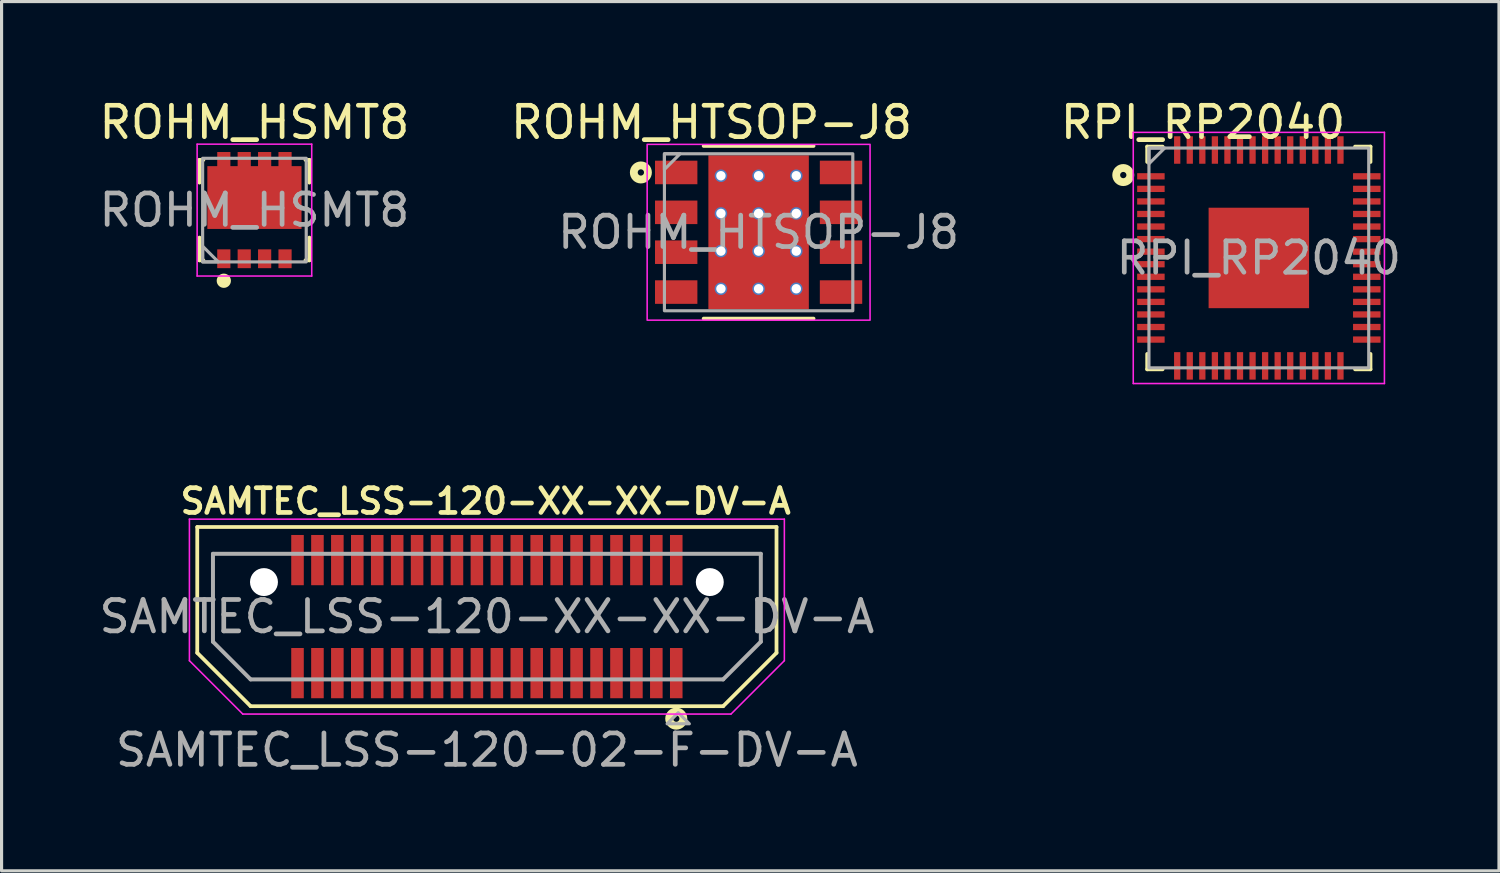
<source format=kicad_pcb>
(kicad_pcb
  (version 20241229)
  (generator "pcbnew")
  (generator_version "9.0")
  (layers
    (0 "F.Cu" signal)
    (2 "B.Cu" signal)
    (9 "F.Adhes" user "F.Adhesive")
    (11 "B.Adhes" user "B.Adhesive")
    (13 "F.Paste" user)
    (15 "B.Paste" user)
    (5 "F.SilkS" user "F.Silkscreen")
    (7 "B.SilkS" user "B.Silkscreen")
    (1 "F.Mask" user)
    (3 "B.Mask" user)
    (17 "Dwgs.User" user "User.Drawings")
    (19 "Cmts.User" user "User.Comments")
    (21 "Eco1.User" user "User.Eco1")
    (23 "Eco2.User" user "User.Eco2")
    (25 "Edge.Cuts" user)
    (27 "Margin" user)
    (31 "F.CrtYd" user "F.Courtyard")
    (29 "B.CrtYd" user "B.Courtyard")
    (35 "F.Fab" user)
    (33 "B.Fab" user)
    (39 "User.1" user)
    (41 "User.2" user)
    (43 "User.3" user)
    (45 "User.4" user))
  (footprint "SAMTEC_LSS-120-XX-XX-DV-A"
    (layer "F.Cu")
    (at 12.458 16.59)
    (property "Reference" "SAMTEC_LSS-120-XX-XX-DV-A" (at -0.04 -3.675 0) (layer "F.SilkS") (effects (font (size 0.787 0.787) (thickness 0.15))))
    (attr smd)
    (fp_line (start -9.225 -2.854) (end 9.225 -2.854) (stroke (width 0.12) (type solid)) (layer "F.SilkS"))
    (fp_line (start -9.225 1.154) (end -9.225 -2.854) (stroke (width 0.12) (type solid)) (layer "F.SilkS"))
    (fp_line (start -7.525 2.854) (end -9.225 1.154) (stroke (width 0.12) (type solid)) (layer "F.SilkS"))
    (fp_line (start 7.525 2.854) (end -7.525 2.854) (stroke (width 0.12) (type solid)) (layer "F.SilkS"))
    (fp_line (start 9.225 -2.854) (end 9.225 1.154) (stroke (width 0.12) (type solid)) (layer "F.SilkS"))
    (fp_line (start 9.225 1.154) (end 7.525 2.854) (stroke (width 0.12) (type solid)) (layer "F.SilkS"))
    (fp_circle (center 6.032 3.25) (end 6.133 3.25) (stroke (width 0.25) (type solid)) (fill no) (layer "F.SilkS"))
    (fp_line (start -9.475 -3.104) (end 9.475 -3.104) (stroke (width 0.05) (type solid)) (layer "F.CrtYd"))
    (fp_line (start -9.475 1.404) (end -9.475 -3.104) (stroke (width 0.05) (type solid)) (layer "F.CrtYd"))
    (fp_line (start -7.775 3.104) (end -9.475 1.404) (stroke (width 0.05) (type solid)) (layer "F.CrtYd"))
    (fp_line (start 7.775 3.104) (end -7.775 3.104) (stroke (width 0.05) (type solid)) (layer "F.CrtYd"))
    (fp_line (start 7.775 3.104) (end 9.475 1.404) (stroke (width 0.05) (type solid)) (layer "F.CrtYd"))
    (fp_line (start 9.475 1.404) (end 9.475 -3.104) (stroke (width 0.05) (type solid)) (layer "F.CrtYd"))
    (fp_line (start -8.725 -2) (end 8.725 -2) (stroke (width 0.127) (type solid)) (layer "F.Fab"))
    (fp_line (start -8.725 0.8) (end -8.725 -2) (stroke (width 0.127) (type solid)) (layer "F.Fab"))
    (fp_line (start -7.525 2) (end -8.725 0.8) (stroke (width 0.127) (type solid)) (layer "F.Fab"))
    (fp_line (start 7.525 2) (end -7.525 2) (stroke (width 0.127) (type solid)) (layer "F.Fab"))
    (fp_line (start 8.725 -2) (end 8.725 0.8) (stroke (width 0.127) (type solid)) (layer "F.Fab"))
    (fp_line (start 8.725 0.8) (end 7.525 2) (stroke (width 0.127) (type solid)) (layer "F.Fab"))
    (fp_poly (pts (xy 5.741 3.414) (xy 6.095 3.06) (xy 6.449 3.414)) (stroke (width 0.1) (type solid)) (fill no) (layer "F.Fab"))
    (fp_text user "${REFERENCE}" (at 0 0 0) (unlocked yes) (layer "F.Fab") (effects (font (size 1 1) (thickness 0.15))))
    (fp_text user "SAMTEC_LSS-120-02-F-DV-A" (at 0 4.25 0) (unlocked yes) (layer "F.Fab") (effects (font (size 1 1) (thickness 0.15))))
    (pad "" np_thru_hole circle (at -7.1 -1.1) (size 0.89 0.89) (drill 0.89) (layers "*.Cu" "*.Mask"))
    (pad "" np_thru_hole circle (at 7.1 -1.1) (size 0.89 0.89) (drill 0.89) (layers "*.Cu" "*.Mask"))
    (pad "1" smd rect (at 6.032 1.8) (size 0.4 1.6) (layers "F.Cu" "F.Mask" "F.Paste"))
    (pad "2" smd rect (at 6.032 -1.8) (size 0.4 1.6) (layers "F.Cu" "F.Mask" "F.Paste"))
    (pad "3" smd rect (at 5.397 1.8) (size 0.4 1.6) (layers "F.Cu" "F.Mask" "F.Paste"))
    (pad "4" smd rect (at 5.397 -1.8) (size 0.4 1.6) (layers "F.Cu" "F.Mask" "F.Paste"))
    (pad "5" smd rect (at 4.763 1.8) (size 0.4 1.6) (layers "F.Cu" "F.Mask" "F.Paste"))
    (pad "6" smd rect (at 4.763 -1.8) (size 0.4 1.6) (layers "F.Cu" "F.Mask" "F.Paste"))
    (pad "7" smd rect (at 4.128 1.8) (size 0.4 1.6) (layers "F.Cu" "F.Mask" "F.Paste"))
    (pad "8" smd rect (at 4.128 -1.8) (size 0.4 1.6) (layers "F.Cu" "F.Mask" "F.Paste"))
    (pad "9" smd rect (at 3.493 1.8) (size 0.4 1.6) (layers "F.Cu" "F.Mask" "F.Paste"))
    (pad "10" smd rect (at 3.493 -1.8) (size 0.4 1.6) (layers "F.Cu" "F.Mask" "F.Paste"))
    (pad "11" smd rect (at 2.857 1.8) (size 0.4 1.6) (layers "F.Cu" "F.Mask" "F.Paste"))
    (pad "12" smd rect (at 2.857 -1.8) (size 0.4 1.6) (layers "F.Cu" "F.Mask" "F.Paste"))
    (pad "13" smd rect (at 2.223 1.8) (size 0.4 1.6) (layers "F.Cu" "F.Mask" "F.Paste"))
    (pad "14" smd rect (at 2.223 -1.8) (size 0.4 1.6) (layers "F.Cu" "F.Mask" "F.Paste"))
    (pad "15" smd rect (at 1.587 1.8) (size 0.4 1.6) (layers "F.Cu" "F.Mask" "F.Paste"))
    (pad "16" smd rect (at 1.587 -1.8) (size 0.4 1.6) (layers "F.Cu" "F.Mask" "F.Paste"))
    (pad "17" smd rect (at 0.953 1.8) (size 0.4 1.6) (layers "F.Cu" "F.Mask" "F.Paste"))
    (pad "18" smd rect (at 0.953 -1.8) (size 0.4 1.6) (layers "F.Cu" "F.Mask" "F.Paste"))
    (pad "19" smd rect (at 0.318 1.8) (size 0.4 1.6) (layers "F.Cu" "F.Mask" "F.Paste"))
    (pad "20" smd rect (at 0.318 -1.8) (size 0.4 1.6) (layers "F.Cu" "F.Mask" "F.Paste"))
    (pad "21" smd rect (at -0.318 1.8) (size 0.4 1.6) (layers "F.Cu" "F.Mask" "F.Paste"))
    (pad "22" smd rect (at -0.318 -1.8) (size 0.4 1.6) (layers "F.Cu" "F.Mask" "F.Paste"))
    (pad "23" smd rect (at -0.953 1.8) (size 0.4 1.6) (layers "F.Cu" "F.Mask" "F.Paste"))
    (pad "24" smd rect (at -0.953 -1.8) (size 0.4 1.6) (layers "F.Cu" "F.Mask" "F.Paste"))
    (pad "25" smd rect (at -1.587 1.8) (size 0.4 1.6) (layers "F.Cu" "F.Mask" "F.Paste"))
    (pad "26" smd rect (at -1.587 -1.8) (size 0.4 1.6) (layers "F.Cu" "F.Mask" "F.Paste"))
    (pad "27" smd rect (at -2.223 1.8) (size 0.4 1.6) (layers "F.Cu" "F.Mask" "F.Paste"))
    (pad "28" smd rect (at -2.223 -1.8) (size 0.4 1.6) (layers "F.Cu" "F.Mask" "F.Paste"))
    (pad "29" smd rect (at -2.857 1.8) (size 0.4 1.6) (layers "F.Cu" "F.Mask" "F.Paste"))
    (pad "30" smd rect (at -2.857 -1.8) (size 0.4 1.6) (layers "F.Cu" "F.Mask" "F.Paste"))
    (pad "31" smd rect (at -3.493 1.8) (size 0.4 1.6) (layers "F.Cu" "F.Mask" "F.Paste"))
    (pad "32" smd rect (at -3.493 -1.8) (size 0.4 1.6) (layers "F.Cu" "F.Mask" "F.Paste"))
    (pad "33" smd rect (at -4.128 1.8) (size 0.4 1.6) (layers "F.Cu" "F.Mask" "F.Paste"))
    (pad "34" smd rect (at -4.128 -1.8) (size 0.4 1.6) (layers "F.Cu" "F.Mask" "F.Paste"))
    (pad "35" smd rect (at -4.763 1.8) (size 0.4 1.6) (layers "F.Cu" "F.Mask" "F.Paste"))
    (pad "36" smd rect (at -4.763 -1.8) (size 0.4 1.6) (layers "F.Cu" "F.Mask" "F.Paste"))
    (pad "37" smd rect (at -5.397 1.8) (size 0.4 1.6) (layers "F.Cu" "F.Mask" "F.Paste"))
    (pad "38" smd rect (at -5.397 -1.8) (size 0.4 1.6) (layers "F.Cu" "F.Mask" "F.Paste"))
    (pad "39" smd rect (at -6.032 1.8) (size 0.4 1.6) (layers "F.Cu" "F.Mask" "F.Paste"))
    (pad "40" smd rect (at -6.032 -1.8) (size 0.4 1.6) (layers "F.Cu" "F.Mask" "F.Paste")))
  (footprint "ROHM_HSMT8"
    (layer "F.Cu")
    (at 5.054 3.642)
    (property "Reference" "ROHM_HSMT8" (at 0 -2.794 0) (unlocked yes) (layer "F.SilkS") (effects (font (size 1 1) (thickness 0.15))))
    (attr smd)
    (fp_line (start -1.75 -1.6) (end -1.75 -0.875) (stroke (width 0.12) (type solid)) (layer "F.SilkS"))
    (fp_line (start -1.75 1.6) (end -1.75 0.875) (stroke (width 0.12) (type solid)) (layer "F.SilkS"))
    (fp_line (start -1.625 -1.6) (end -1.75 -1.6) (stroke (width 0.12) (type solid)) (layer "F.SilkS"))
    (fp_line (start -1.625 1.6) (end -1.75 1.6) (stroke (width 0.12) (type solid)) (layer "F.SilkS"))
    (fp_line (start 1.625 -1.6) (end 1.75 -1.6) (stroke (width 0.12) (type solid)) (layer "F.SilkS"))
    (fp_line (start 1.625 1.6) (end 1.75 1.6) (stroke (width 0.12) (type solid)) (layer "F.SilkS"))
    (fp_line (start 1.75 -1.6) (end 1.75 -0.875) (stroke (width 0.12) (type solid)) (layer "F.SilkS"))
    (fp_line (start 1.75 1.6) (end 1.75 0.875) (stroke (width 0.12) (type solid)) (layer "F.SilkS"))
    (fp_circle (center -0.975 2.25) (end -0.875 2.25) (stroke (width 0.254) (type solid)) (fill yes) (layer "F.SilkS"))
    (fp_line (start -1.825 -2.1) (end 1.825 -2.1) (stroke (width 0.05) (type solid)) (layer "F.CrtYd"))
    (fp_line (start -1.825 2.1) (end -1.825 -2.1) (stroke (width 0.05) (type solid)) (layer "F.CrtYd"))
    (fp_line (start -1.825 2.1) (end 1.825 2.1) (stroke (width 0.05) (type solid)) (layer "F.CrtYd"))
    (fp_line (start 1.825 2.1) (end 1.825 -2.1) (stroke (width 0.05) (type solid)) (layer "F.CrtYd"))
    (fp_rect (start -1.65 -1.65) (end 1.65 1.65) (stroke (width 0.1) (type solid)) (fill no) (layer "F.Fab"))
    (fp_poly (pts (xy -1.15 1.65) (xy -1.65 1.65) (xy -1.65 1.15)) (stroke (width 0.1) (type solid)) (fill no) (layer "F.Fab"))
    (fp_text user "${REFERENCE}" (at 0 0 0) (unlocked yes) (layer "F.Fab") (effects (font (size 1 1) (thickness 0.15))))
    (pad "1" smd rect (at -0.975 1.55) (size 0.42 0.6) (layers "F.Cu" "F.Mask" "F.Paste"))
    (pad "2" smd rect (at -0.325 1.55) (size 0.42 0.6) (layers "F.Cu" "F.Mask" "F.Paste"))
    (pad "3" smd rect (at 0.325 1.55) (size 0.42 0.6) (layers "F.Cu" "F.Mask" "F.Paste"))
    (pad "4" smd rect (at 0.975 1.55) (size 0.42 0.6) (layers "F.Cu" "F.Mask" "F.Paste"))
    (pad "5" smd rect (at 0.975 -1.55) (size 0.42 0.6) (layers "F.Cu" "F.Mask" "F.Paste"))
    (pad "6" smd rect (at 0.325 -1.55) (size 0.42 0.6) (layers "F.Cu" "F.Mask" "F.Paste"))
    (pad "7" smd rect (at -0.325 -1.55) (size 0.42 0.6) (layers "F.Cu" "F.Mask" "F.Paste"))
    (pad "8" smd rect (at -0.975 -1.55) (size 0.42 0.6) (layers "F.Cu" "F.Mask" "F.Paste"))
    (pad "PAD" smd rect (at 0 -0.4) (size 3 2) (layers "F.Cu" "F.Mask" "F.Paste")))
  (footprint "RPI_RP2040"
    (layer "F.Cu")
    (at 37.046 5.166)
    (property "Reference" "RPI_RP2040" (at -1.778 -4.318 0) (unlocked yes) (layer "F.SilkS") (effects (font (size 1 1) (thickness 0.15))))
    (attr smd)
    (fp_line (start -3.556 -3.547) (end -3.556 -3.057) (stroke (width 0.12) (type solid)) (layer "F.SilkS"))
    (fp_line (start -3.556 3.547) (end -3.556 3.057) (stroke (width 0.12) (type solid)) (layer "F.SilkS"))
    (fp_line (start -3.065 -3.547) (end -3.556 -3.547) (stroke (width 0.12) (type solid)) (layer "F.SilkS"))
    (fp_line (start -3.065 3.547) (end -3.556 3.547) (stroke (width 0.12) (type solid)) (layer "F.SilkS"))
    (fp_line (start 3.065 -3.547) (end 3.556 -3.547) (stroke (width 0.12) (type solid)) (layer "F.SilkS"))
    (fp_line (start 3.065 3.547) (end 3.556 3.547) (stroke (width 0.12) (type solid)) (layer "F.SilkS"))
    (fp_line (start 3.556 -3.547) (end 3.556 -3.057) (stroke (width 0.12) (type solid)) (layer "F.SilkS"))
    (fp_line (start 3.556 3.547) (end 3.556 3.057) (stroke (width 0.12) (type solid)) (layer "F.SilkS"))
    (fp_circle (center -4.318 -2.64) (end -4.218 -2.64) (stroke (width 0.25) (type solid)) (fill no) (layer "F.SilkS"))
    (fp_rect (start -1.27 -1.27) (end -0.254 -0.254) (stroke (width 0.12) (type solid)) (fill yes) (layer "F.Paste"))
    (fp_rect (start -1.27 0.254) (end -0.254 1.27) (stroke (width 0.12) (type solid)) (fill yes) (layer "F.Paste"))
    (fp_rect (start 0.254 -1.27) (end 1.27 -0.254) (stroke (width 0.12) (type solid)) (fill yes) (layer "F.Paste"))
    (fp_rect (start 0.254 0.254) (end 1.27 1.27) (stroke (width 0.12) (type solid)) (fill yes) (layer "F.Paste"))
    (fp_line (start -4 4) (end -4 -4) (stroke (width 0.05) (type solid)) (layer "F.CrtYd"))
    (fp_line (start 4 -4) (end -4 -4) (stroke (width 0.05) (type solid)) (layer "F.CrtYd"))
    (fp_line (start 4 4) (end -4 4) (stroke (width 0.05) (type solid)) (layer "F.CrtYd"))
    (fp_line (start 4 4) (end 4 -4) (stroke (width 0.05) (type solid)) (layer "F.CrtYd"))
    (fp_rect (start 3.5 3.5) (end -3.5 -3.5) (stroke (width 0.1) (type default)) (fill no) (layer "F.Fab"))
    (fp_poly (pts (xy -3.5 -3) (xy -3.5 -3.5) (xy -3 -3.5)) (stroke (width 0.1) (type solid)) (fill no) (layer "F.Fab"))
    (fp_text user "${REFERENCE}" (at 0 0 0) (unlocked yes) (layer "F.Fab") (effects (font (size 1 1) (thickness 0.15))))
    (pad "1" smd rect (at -3.438 -2.6 90) (size 0.2 0.875) (layers "F.Cu" "F.Mask" "F.Paste"))
    (pad "2" smd rect (at -3.438 -2.2 90) (size 0.2 0.875) (layers "F.Cu" "F.Mask" "F.Paste"))
    (pad "3" smd rect (at -3.438 -1.8 90) (size 0.2 0.875) (layers "F.Cu" "F.Mask" "F.Paste"))
    (pad "4" smd rect (at -3.438 -1.4 90) (size 0.2 0.875) (layers "F.Cu" "F.Mask" "F.Paste"))
    (pad "5" smd rect (at -3.438 -1 90) (size 0.2 0.875) (layers "F.Cu" "F.Mask" "F.Paste"))
    (pad "6" smd rect (at -3.438 -0.6 90) (size 0.2 0.875) (layers "F.Cu" "F.Mask" "F.Paste"))
    (pad "7" smd rect (at -3.438 -0.2 90) (size 0.2 0.875) (layers "F.Cu" "F.Mask" "F.Paste"))
    (pad "8" smd rect (at -3.438 0.2 90) (size 0.2 0.875) (layers "F.Cu" "F.Mask" "F.Paste"))
    (pad "9" smd rect (at -3.438 0.6 90) (size 0.2 0.875) (layers "F.Cu" "F.Mask" "F.Paste"))
    (pad "10" smd rect (at -3.438 1 90) (size 0.2 0.875) (layers "F.Cu" "F.Mask" "F.Paste"))
    (pad "11" smd rect (at -3.438 1.4 90) (size 0.2 0.875) (layers "F.Cu" "F.Mask" "F.Paste"))
    (pad "12" smd rect (at -3.438 1.8 90) (size 0.2 0.875) (layers "F.Cu" "F.Mask" "F.Paste"))
    (pad "13" smd rect (at -3.438 2.2 90) (size 0.2 0.875) (layers "F.Cu" "F.Mask" "F.Paste"))
    (pad "14" smd rect (at -3.438 2.6 90) (size 0.2 0.875) (layers "F.Cu" "F.Mask" "F.Paste"))
    (pad "15" smd rect (at -2.6 3.438) (size 0.2 0.875) (layers "F.Cu" "F.Mask" "F.Paste"))
    (pad "16" smd rect (at -2.2 3.438) (size 0.2 0.875) (layers "F.Cu" "F.Mask" "F.Paste"))
    (pad "17" smd rect (at -1.8 3.438) (size 0.2 0.875) (layers "F.Cu" "F.Mask" "F.Paste"))
    (pad "18" smd rect (at -1.4 3.438) (size 0.2 0.875) (layers "F.Cu" "F.Mask" "F.Paste"))
    (pad "19" smd rect (at -1 3.438) (size 0.2 0.875) (layers "F.Cu" "F.Mask" "F.Paste"))
    (pad "20" smd rect (at -0.6 3.438) (size 0.2 0.875) (layers "F.Cu" "F.Mask" "F.Paste"))
    (pad "21" smd rect (at -0.2 3.438) (size 0.2 0.875) (layers "F.Cu" "F.Mask" "F.Paste"))
    (pad "22" smd rect (at 0.2 3.438) (size 0.2 0.875) (layers "F.Cu" "F.Mask" "F.Paste"))
    (pad "23" smd rect (at 0.6 3.438) (size 0.2 0.875) (layers "F.Cu" "F.Mask" "F.Paste"))
    (pad "24" smd rect (at 1 3.438) (size 0.2 0.875) (layers "F.Cu" "F.Mask" "F.Paste"))
    (pad "25" smd rect (at 1.4 3.438) (size 0.2 0.875) (layers "F.Cu" "F.Mask" "F.Paste"))
    (pad "26" smd rect (at 1.8 3.438) (size 0.2 0.875) (layers "F.Cu" "F.Mask" "F.Paste"))
    (pad "27" smd rect (at 2.2 3.438) (size 0.2 0.875) (layers "F.Cu" "F.Mask" "F.Paste"))
    (pad "28" smd rect (at 2.6 3.438) (size 0.2 0.875) (layers "F.Cu" "F.Mask" "F.Paste"))
    (pad "29" smd rect (at 3.438 2.6 90) (size 0.2 0.875) (layers "F.Cu" "F.Mask" "F.Paste"))
    (pad "30" smd rect (at 3.438 2.2 90) (size 0.2 0.875) (layers "F.Cu" "F.Mask" "F.Paste"))
    (pad "31" smd rect (at 3.438 1.8 90) (size 0.2 0.875) (layers "F.Cu" "F.Mask" "F.Paste"))
    (pad "32" smd rect (at 3.438 1.4 90) (size 0.2 0.875) (layers "F.Cu" "F.Mask" "F.Paste"))
    (pad "33" smd rect (at 3.438 1 90) (size 0.2 0.875) (layers "F.Cu" "F.Mask" "F.Paste"))
    (pad "34" smd rect (at 3.438 0.6 90) (size 0.2 0.875) (layers "F.Cu" "F.Mask" "F.Paste"))
    (pad "35" smd rect (at 3.438 0.2 90) (size 0.2 0.875) (layers "F.Cu" "F.Mask" "F.Paste"))
    (pad "36" smd rect (at 3.438 -0.2 90) (size 0.2 0.875) (layers "F.Cu" "F.Mask" "F.Paste"))
    (pad "37" smd rect (at 3.438 -0.6 90) (size 0.2 0.875) (layers "F.Cu" "F.Mask" "F.Paste"))
    (pad "38" smd rect (at 3.438 -1 90) (size 0.2 0.875) (layers "F.Cu" "F.Mask" "F.Paste"))
    (pad "39" smd rect (at 3.438 -1.4 90) (size 0.2 0.875) (layers "F.Cu" "F.Mask" "F.Paste"))
    (pad "40" smd rect (at 3.438 -1.8 90) (size 0.2 0.875) (layers "F.Cu" "F.Mask" "F.Paste"))
    (pad "41" smd rect (at 3.438 -2.2 90) (size 0.2 0.875) (layers "F.Cu" "F.Mask" "F.Paste"))
    (pad "42" smd rect (at 3.438 -2.6 90) (size 0.2 0.875) (layers "F.Cu" "F.Mask" "F.Paste"))
    (pad "43" smd rect (at 2.6 -3.438) (size 0.2 0.875) (layers "F.Cu" "F.Mask" "F.Paste"))
    (pad "44" smd rect (at 2.2 -3.438) (size 0.2 0.875) (layers "F.Cu" "F.Mask" "F.Paste"))
    (pad "45" smd rect (at 1.8 -3.438) (size 0.2 0.875) (layers "F.Cu" "F.Mask" "F.Paste"))
    (pad "46" smd rect (at 1.4 -3.438) (size 0.2 0.875) (layers "F.Cu" "F.Mask" "F.Paste"))
    (pad "47" smd rect (at 1 -3.438) (size 0.2 0.875) (layers "F.Cu" "F.Mask" "F.Paste"))
    (pad "48" smd rect (at 0.6 -3.438) (size 0.2 0.875) (layers "F.Cu" "F.Mask" "F.Paste"))
    (pad "49" smd rect (at 0.2 -3.438) (size 0.2 0.875) (layers "F.Cu" "F.Mask" "F.Paste"))
    (pad "50" smd rect (at -0.2 -3.438) (size 0.2 0.875) (layers "F.Cu" "F.Mask" "F.Paste"))
    (pad "51" smd rect (at -0.6 -3.438) (size 0.2 0.875) (layers "F.Cu" "F.Mask" "F.Paste"))
    (pad "52" smd rect (at -1 -3.438) (size 0.2 0.875) (layers "F.Cu" "F.Mask" "F.Paste"))
    (pad "53" smd rect (at -1.4 -3.438) (size 0.2 0.875) (layers "F.Cu" "F.Mask" "F.Paste"))
    (pad "54" smd rect (at -1.8 -3.438) (size 0.2 0.875) (layers "F.Cu" "F.Mask" "F.Paste"))
    (pad "55" smd rect (at -2.2 -3.438) (size 0.2 0.875) (layers "F.Cu" "F.Mask" "F.Paste"))
    (pad "56" smd rect (at -2.6 -3.438) (size 0.2 0.875) (layers "F.Cu" "F.Mask" "F.Paste"))
    (pad "EP" smd rect (at 0 0) (size 3.2 3.2) (layers "F.Cu" "F.Mask")))
  (footprint "ROHM_HTSOP-J8"
    (layer "F.Cu")
    (at 21.113 4.348)
    (property "Reference" "ROHM_HTSOP-J8" (at -1.5 -3.5 0) (unlocked yes) (layer "F.SilkS") (effects (font (size 1 1) (thickness 0.15))))
    (attr smd)
    (fp_line (start 1.75 -2.75) (end -1.75 -2.75) (stroke (width 0.12) (type solid)) (layer "F.SilkS"))
    (fp_line (start 1.75 2.75) (end -1.75 2.75) (stroke (width 0.12) (type solid)) (layer "F.SilkS"))
    (fp_circle (center -3.75 -1.905) (end -3.65 -1.905) (stroke (width 0.25) (type solid)) (fill no) (layer "F.SilkS"))
    (fp_rect (start -1.25 -2.25) (end -0.25 -1.25) (stroke (width 0.12) (type solid)) (fill yes) (layer "F.Paste"))
    (fp_rect (start -1.25 -0.5) (end -0.25 0.5) (stroke (width 0.12) (type solid)) (fill yes) (layer "F.Paste"))
    (fp_rect (start -1.25 1.25) (end -0.25 2.25) (stroke (width 0.12) (type solid)) (fill yes) (layer "F.Paste"))
    (fp_rect (start 0.25 -2.25) (end 1.25 -1.25) (stroke (width 0.12) (type solid)) (fill yes) (layer "F.Paste"))
    (fp_rect (start 0.25 -0.5) (end 1.25 0.5) (stroke (width 0.12) (type solid)) (fill yes) (layer "F.Paste"))
    (fp_rect (start 0.25 1.25) (end 1.25 2.25) (stroke (width 0.12) (type solid)) (fill yes) (layer "F.Paste"))
    (fp_rect (start -3.55 -2.8) (end 3.55 2.8) (stroke (width 0.05) (type solid)) (fill no) (layer "F.CrtYd"))
    (fp_rect (start 3 -2.5) (end -3 2.5) (stroke (width 0.1) (type solid)) (fill no) (layer "F.Fab"))
    (fp_poly (pts (xy -3 -2) (xy -3 -2.5) (xy -2.5 -2.5)) (stroke (width 0.1) (type solid)) (fill no) (layer "F.Fab"))
    (fp_text user "${REFERENCE}" (at 0 0 0) (unlocked yes) (layer "F.Fab") (effects (font (size 1 1) (thickness 0.15))))
    (pad "1" smd rect (at -2.625 -1.905) (size 1.35 0.75) (layers "F.Cu" "F.Mask" "F.Paste"))
    (pad "2" smd rect (at -2.625 -0.635) (size 1.35 0.75) (layers "F.Cu" "F.Mask" "F.Paste"))
    (pad "3" smd rect (at -2.625 0.635) (size 1.35 0.75) (layers "F.Cu" "F.Mask" "F.Paste"))
    (pad "4" smd rect (at -2.625 1.905) (size 1.35 0.75) (layers "F.Cu" "F.Mask" "F.Paste"))
    (pad "5" smd rect (at 2.625 1.905) (size 1.35 0.75) (layers "F.Cu" "F.Mask" "F.Paste"))
    (pad "6" smd rect (at 2.625 0.635) (size 1.35 0.75) (layers "F.Cu" "F.Mask" "F.Paste"))
    (pad "7" smd rect (at 2.625 -0.635) (size 1.35 0.75) (layers "F.Cu" "F.Mask" "F.Paste"))
    (pad "8" smd rect (at 2.625 -1.905) (size 1.35 0.75) (layers "F.Cu" "F.Mask" "F.Paste"))
    (pad "FIN" thru_hole circle (at -1.2 -1.8) (size 0.4 0.4) (drill 0.3) (layers "*.Cu" "*.Mask"))
    (pad "FIN" thru_hole circle (at -1.2 -0.6) (size 0.4 0.4) (drill 0.3) (layers "*.Cu" "*.Mask"))
    (pad "FIN" thru_hole circle (at -1.2 0.6) (size 0.4 0.4) (drill 0.3) (layers "*.Cu" "*.Mask"))
    (pad "FIN" thru_hole circle (at -1.2 1.8) (size 0.4 0.4) (drill 0.3) (layers "*.Cu" "*.Mask"))
    (pad "FIN" thru_hole circle (at 0 -1.8) (size 0.4 0.4) (drill 0.3) (layers "*.Cu" "*.Mask"))
    (pad "FIN" thru_hole circle (at 0 -0.6) (size 0.4 0.4) (drill 0.3) (layers "*.Cu" "*.Mask"))
    (pad "FIN" smd rect (at 0 0) (size 3.2 4.9) (layers "F.Cu" "F.Mask"))
    (pad "FIN" thru_hole circle (at 0 0.6) (size 0.4 0.4) (drill 0.3) (layers "*.Cu" "*.Mask"))
    (pad "FIN" thru_hole circle (at 0 1.8) (size 0.4 0.4) (drill 0.3) (layers "*.Cu" "*.Mask"))
    (pad "FIN" thru_hole circle (at 1.2 -1.8) (size 0.4 0.4) (drill 0.3) (layers "*.Cu" "*.Mask"))
    (pad "FIN" thru_hole circle (at 1.2 -0.6) (size 0.4 0.4) (drill 0.3) (layers "*.Cu" "*.Mask"))
    (pad "FIN" thru_hole circle (at 1.2 0.6) (size 0.4 0.4) (drill 0.3) (layers "*.Cu" "*.Mask"))
    (pad "FIN" thru_hole circle (at 1.2 1.8) (size 0.4 0.4) (drill 0.3) (layers "*.Cu" "*.Mask")))
  (gr_rect
    (start -3 -3)
    (end 44.695 24.688)
    (stroke (width 0.1) (type default))
    (fill no)
    (layer "Edge.Cuts")))
</source>
